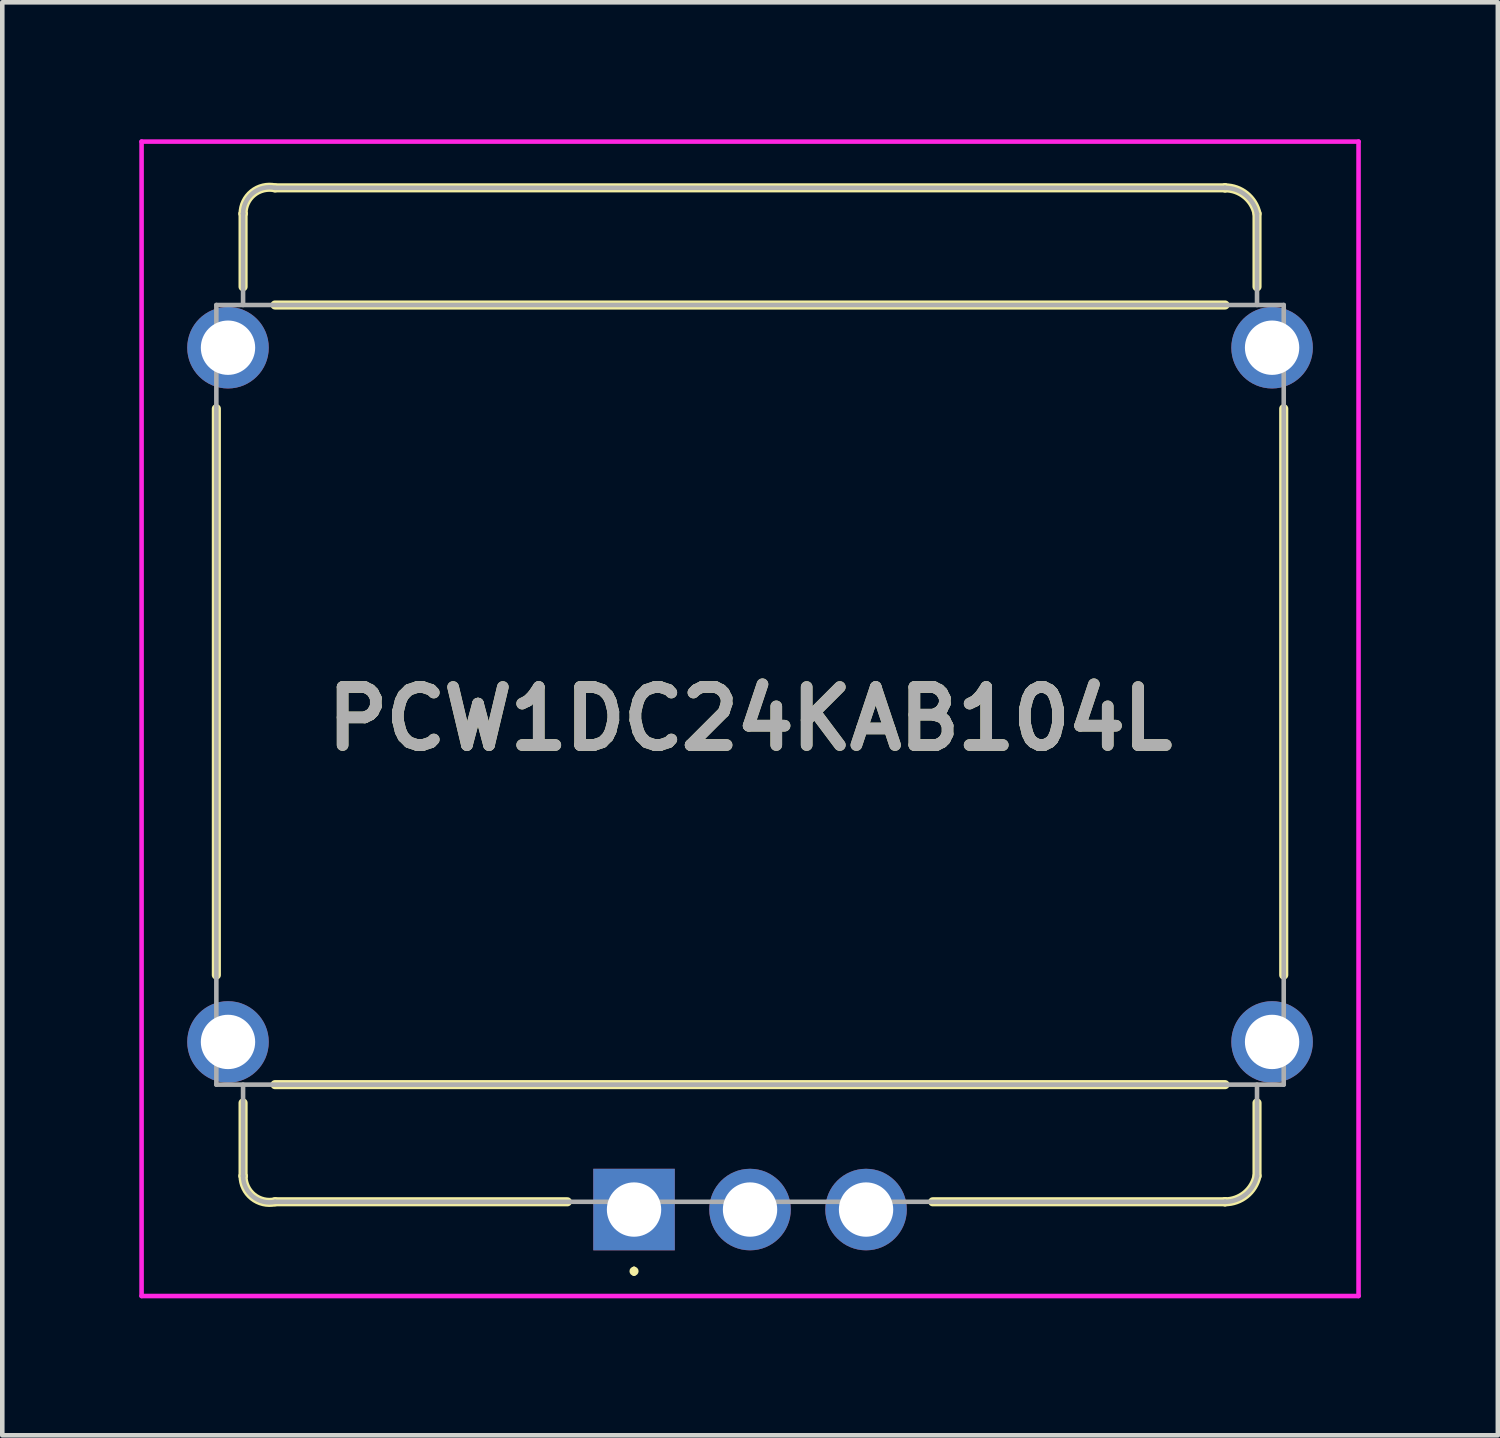
<source format=kicad_pcb>
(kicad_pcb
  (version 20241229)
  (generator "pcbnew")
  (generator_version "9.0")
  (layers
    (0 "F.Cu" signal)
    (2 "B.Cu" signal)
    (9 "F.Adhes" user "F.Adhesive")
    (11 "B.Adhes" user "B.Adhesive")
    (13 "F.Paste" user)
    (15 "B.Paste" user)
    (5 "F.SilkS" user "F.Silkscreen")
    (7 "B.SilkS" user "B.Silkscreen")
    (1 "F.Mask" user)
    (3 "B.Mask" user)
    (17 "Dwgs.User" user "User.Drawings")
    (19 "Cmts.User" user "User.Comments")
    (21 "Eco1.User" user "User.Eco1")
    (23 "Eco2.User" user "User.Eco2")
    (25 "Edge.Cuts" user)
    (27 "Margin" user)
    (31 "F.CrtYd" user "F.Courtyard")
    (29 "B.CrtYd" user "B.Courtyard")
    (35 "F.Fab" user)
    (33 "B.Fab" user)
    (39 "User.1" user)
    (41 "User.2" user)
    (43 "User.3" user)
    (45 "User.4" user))
  (footprint "PCW1DC24KAB104L"
    (layer "F.Cu")
    (at 10.832 23.433)
    (property "Reference" "PCW1DC24KAB104L" (at 2.54 -10.745 0) (layer "F.SilkS") (effects (font (size 1.27 1.27) (thickness 0.254))))
    (attr through_hole)
    (fp_line (start -9.145 -5.135) (end -9.145 -17.535) (stroke (width 0.2) (type solid)) (layer "F.SilkS"))
    (fp_line (start -8.56 -21.805) (end -8.56 -21.805) (stroke (width 0.2) (type solid)) (layer "F.SilkS"))
    (fp_line (start -8.56 -20.205) (end -8.56 -21.805) (stroke (width 0.2) (type solid)) (layer "F.SilkS"))
    (fp_line (start -8.56 -2.335) (end -8.56 -0.735) (stroke (width 0.2) (type solid)) (layer "F.SilkS"))
    (fp_line (start -8.56 -0.735) (end -8.56 -0.735) (stroke (width 0.2) (type solid)) (layer "F.SilkS"))
    (fp_line (start -7.86 -22.37) (end 12.94 -22.37) (stroke (width 0.2) (type solid)) (layer "F.SilkS"))
    (fp_line (start -7.86 -19.805) (end 12.94 -19.805) (stroke (width 0.2) (type solid)) (layer "F.SilkS"))
    (fp_line (start -7.86 -2.735) (end 12.94 -2.735) (stroke (width 0.2) (type solid)) (layer "F.SilkS"))
    (fp_line (start -7.86 -0.17) (end -1.46 -0.17) (stroke (width 0.2) (type solid)) (layer "F.SilkS"))
    (fp_line (start 0 1.3) (end 0 1.3) (stroke (width 0.1) (type solid)) (layer "F.SilkS"))
    (fp_line (start 0 1.4) (end 0 1.4) (stroke (width 0.1) (type solid)) (layer "F.SilkS"))
    (fp_line (start 6.54 -0.17) (end 12.94 -0.17) (stroke (width 0.2) (type solid)) (layer "F.SilkS"))
    (fp_line (start 12.94 -22.37) (end 12.94 -22.37) (stroke (width 0.2) (type solid)) (layer "F.SilkS"))
    (fp_line (start 12.94 -0.17) (end 12.94 -0.17) (stroke (width 0.2) (type solid)) (layer "F.SilkS"))
    (fp_line (start 13.64 -21.805) (end 13.64 -20.205) (stroke (width 0.2) (type solid)) (layer "F.SilkS"))
    (fp_line (start 13.64 -0.735) (end 13.64 -2.335) (stroke (width 0.2) (type solid)) (layer "F.SilkS"))
    (fp_line (start 14.225 -5.135) (end 14.225 -17.535) (stroke (width 0.2) (type solid)) (layer "F.SilkS"))
    (fp_arc (start -8.56 -21.805) (mid -8.344963 -22.254825) (end -7.859854 -22.369946) (stroke (width 0.2) (type solid)) (layer "F.SilkS"))
    (fp_arc (start -7.859854 -0.170054) (mid -8.344962 -0.285176) (end -8.56 -0.735) (stroke (width 0.2) (type solid)) (layer "F.SilkS"))
    (fp_arc (start 0 1.3) (mid 0.05 1.35) (end 0 1.4) (stroke (width 0.1) (type solid)) (layer "F.SilkS"))
    (fp_arc (start 0 1.4) (mid -0.05 1.35) (end 0 1.3) (stroke (width 0.1) (type solid)) (layer "F.SilkS"))
    (fp_arc (start 12.94 -22.37) (mid 13.389621 -22.211222) (end 13.63983 -21.805309) (stroke (width 0.2) (type solid)) (layer "F.SilkS"))
    (fp_arc (start 13.63983 -0.734691) (mid 13.389622 -0.328778) (end 12.94 -0.17) (stroke (width 0.2) (type solid)) (layer "F.SilkS"))
    (fp_line (start -10.782 -23.383) (end 15.863 -23.383) (stroke (width 0.1) (type solid)) (layer "F.CrtYd"))
    (fp_line (start -10.782 1.893) (end -10.782 -23.383) (stroke (width 0.1) (type solid)) (layer "F.CrtYd"))
    (fp_line (start 15.863 -23.383) (end 15.863 1.893) (stroke (width 0.1) (type solid)) (layer "F.CrtYd"))
    (fp_line (start 15.863 1.893) (end -10.782 1.893) (stroke (width 0.1) (type solid)) (layer "F.CrtYd"))
    (fp_line (start -9.145 -19.805) (end 14.225 -19.805) (stroke (width 0.1) (type solid)) (layer "F.Fab"))
    (fp_line (start -9.145 -2.735) (end -9.145 -19.805) (stroke (width 0.1) (type solid)) (layer "F.Fab"))
    (fp_line (start -8.56 -21.805) (end -8.56 -21.805) (stroke (width 0.1) (type solid)) (layer "F.Fab"))
    (fp_line (start -8.56 -19.805) (end -8.56 -21.805) (stroke (width 0.1) (type solid)) (layer "F.Fab"))
    (fp_line (start -8.56 -2.735) (end -8.56 -0.735) (stroke (width 0.1) (type solid)) (layer "F.Fab"))
    (fp_line (start -8.56 -0.735) (end -8.56 -0.735) (stroke (width 0.1) (type solid)) (layer "F.Fab"))
    (fp_line (start -7.86 -22.37) (end 12.94 -22.37) (stroke (width 0.1) (type solid)) (layer "F.Fab"))
    (fp_line (start -7.86 -0.17) (end 12.94 -0.17) (stroke (width 0.1) (type solid)) (layer "F.Fab"))
    (fp_line (start 12.94 -22.37) (end 12.94 -22.37) (stroke (width 0.1) (type solid)) (layer "F.Fab"))
    (fp_line (start 12.94 -0.17) (end 12.94 -0.17) (stroke (width 0.1) (type solid)) (layer "F.Fab"))
    (fp_line (start 13.64 -21.805) (end 13.64 -19.805) (stroke (width 0.1) (type solid)) (layer "F.Fab"))
    (fp_line (start 13.64 -0.735) (end 13.64 -2.735) (stroke (width 0.1) (type solid)) (layer "F.Fab"))
    (fp_line (start 14.225 -19.805) (end 14.225 -2.735) (stroke (width 0.1) (type solid)) (layer "F.Fab"))
    (fp_line (start 14.225 -2.735) (end -9.145 -2.735) (stroke (width 0.1) (type solid)) (layer "F.Fab"))
    (fp_arc (start -8.56 -21.805) (mid -8.344963 -22.254825) (end -7.859854 -22.369946) (stroke (width 0.1) (type solid)) (layer "F.Fab"))
    (fp_arc (start -7.859854 -0.170054) (mid -8.344962 -0.285176) (end -8.56 -0.735) (stroke (width 0.1) (type solid)) (layer "F.Fab"))
    (fp_arc (start 12.94 -22.37) (mid 13.389621 -22.211222) (end 13.63983 -21.805309) (stroke (width 0.1) (type solid)) (layer "F.Fab"))
    (fp_arc (start 13.63983 -0.734691) (mid 13.389622 -0.328778) (end 12.94 -0.17) (stroke (width 0.1) (type solid)) (layer "F.Fab"))
    (fp_text user "${REFERENCE}" (at 2.54 -10.745 0) (layer "F.Fab") (effects (font (size 1.27 1.27) (thickness 0.254))))
    (pad "1" thru_hole rect (at 0 0) (size 1.785 1.785) (drill 1.19) (layers "*.Cu" "*.Mask"))
    (pad "2" thru_hole circle (at 2.54 0) (size 1.785 1.785) (drill 1.19) (layers "*.Cu" "*.Mask"))
    (pad "3" thru_hole circle (at 5.08 0) (size 1.785 1.785) (drill 1.19) (layers "*.Cu" "*.Mask"))
    (pad "MH1" thru_hole circle (at -8.89 -3.67) (size 1.785 1.785) (drill 1.19) (layers "*.Cu" "*.Mask"))
    (pad "MH2" thru_hole circle (at 13.97 -3.67) (size 1.785 1.785) (drill 1.19) (layers "*.Cu" "*.Mask"))
    (pad "MH3" thru_hole circle (at -8.89 -18.87) (size 1.785 1.785) (drill 1.19) (layers "*.Cu" "*.Mask"))
    (pad "MH4" thru_hole circle (at 13.97 -18.87) (size 1.785 1.785) (drill 1.19) (layers "*.Cu" "*.Mask")))
  (gr_rect
    (start -3 -3)
    (end 29.745 28.376)
    (stroke (width 0.1) (type default))
    (fill no)
    (layer "Edge.Cuts")))
</source>
